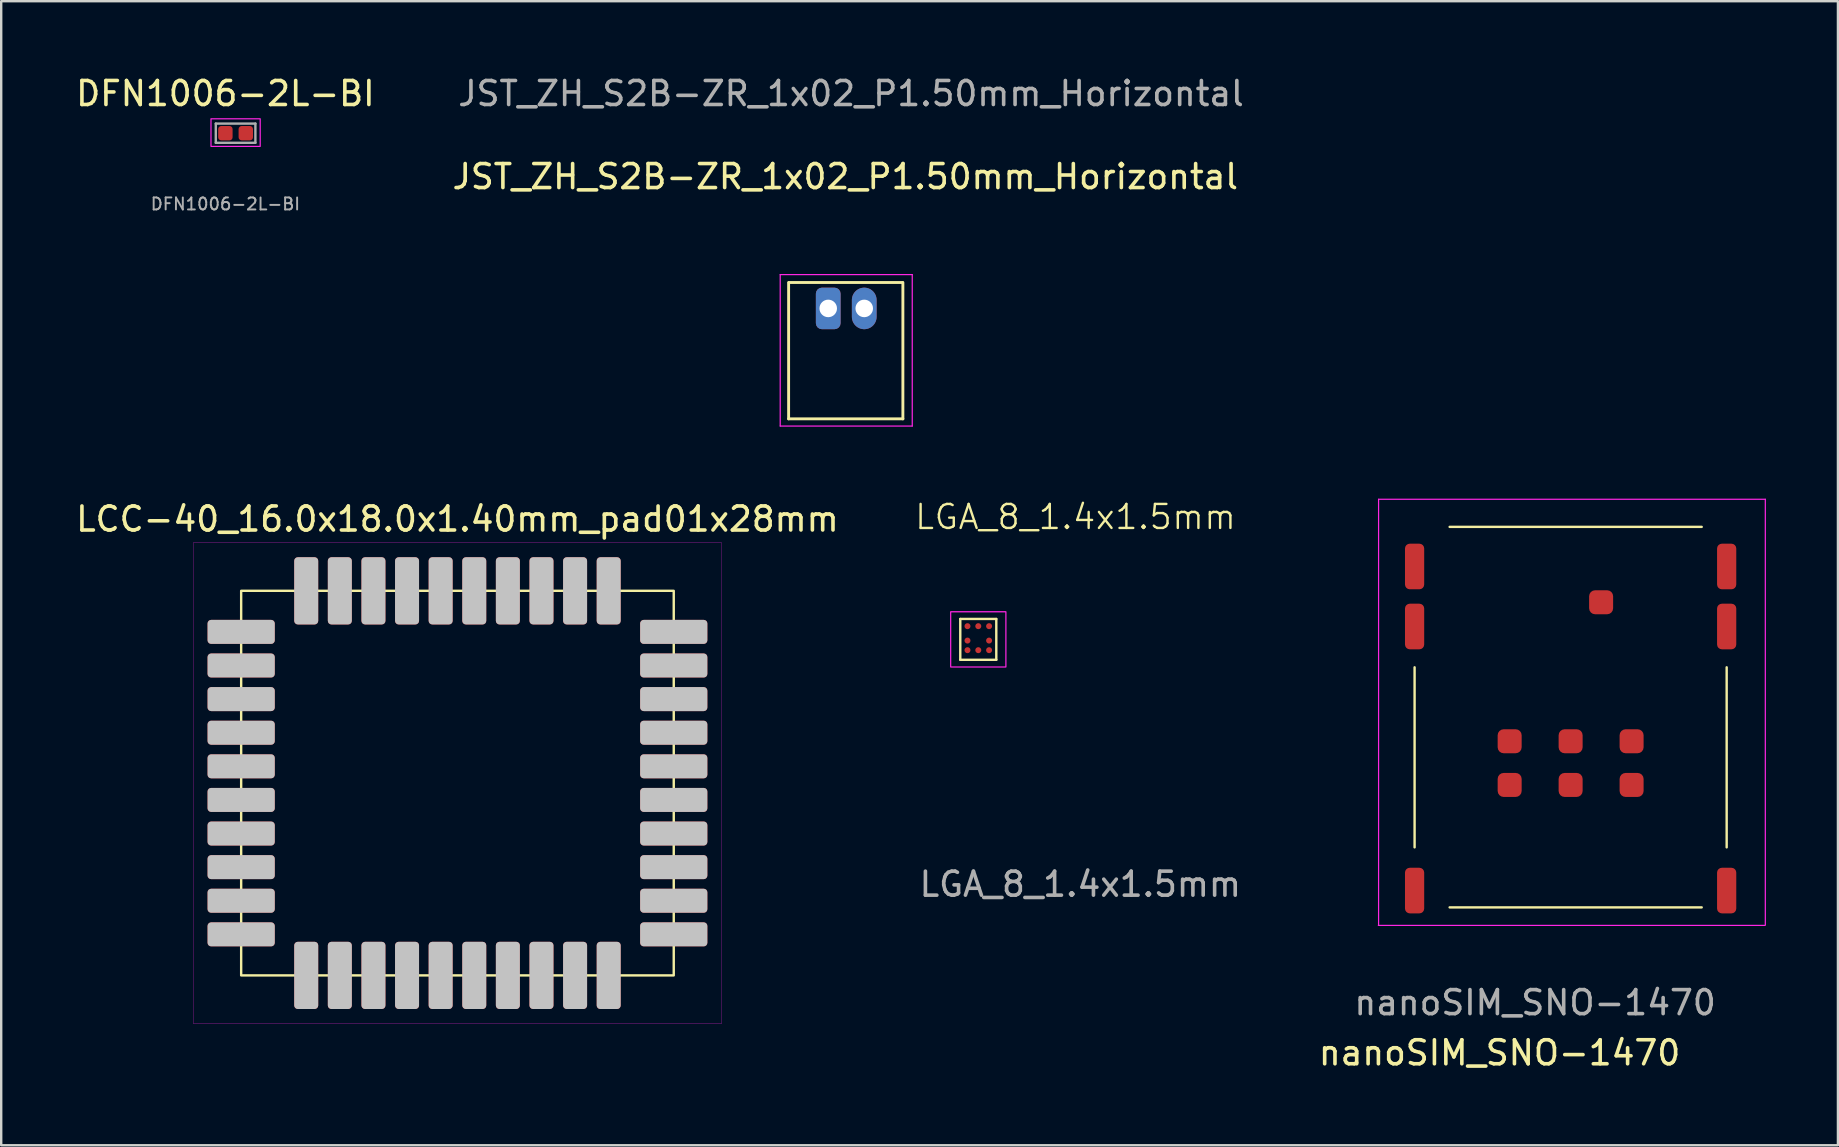
<source format=kicad_pcb>
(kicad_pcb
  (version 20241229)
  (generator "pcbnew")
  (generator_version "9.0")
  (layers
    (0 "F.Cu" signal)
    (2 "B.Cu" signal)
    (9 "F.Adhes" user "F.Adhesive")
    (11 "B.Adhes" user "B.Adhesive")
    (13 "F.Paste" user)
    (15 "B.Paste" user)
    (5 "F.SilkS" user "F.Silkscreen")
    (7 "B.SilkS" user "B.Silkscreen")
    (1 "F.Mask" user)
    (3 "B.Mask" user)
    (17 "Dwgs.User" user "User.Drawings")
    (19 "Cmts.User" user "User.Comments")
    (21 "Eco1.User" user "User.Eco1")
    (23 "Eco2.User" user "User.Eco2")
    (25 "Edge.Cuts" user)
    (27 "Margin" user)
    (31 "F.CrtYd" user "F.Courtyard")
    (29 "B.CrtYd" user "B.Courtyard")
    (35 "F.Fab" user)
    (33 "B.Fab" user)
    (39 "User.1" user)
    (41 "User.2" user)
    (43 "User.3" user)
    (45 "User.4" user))
  (footprint "LGA_8_1.4x1.5mm"
    (layer "F.Cu")
    (at 37.252 23.034)
    (property "Reference" "LGA_8_1.4x1.5mm" (at 4.5 -4.55 0) (unlocked yes) (layer "F.SilkS") (effects (font (size 1 1) (thickness 0.1))))
    (attr smd)
    (fp_line (start -0.3 -0.3) (end -0.3 1.4) (stroke (width 0.1) (type solid)) (layer "F.SilkS"))
    (fp_line (start 1.2 -0.3) (end -0.3 -0.3) (stroke (width 0.1) (type solid)) (layer "F.SilkS"))
    (fp_line (start 1.2 1.4) (end -0.3 1.4) (stroke (width 0.1) (type solid)) (layer "F.SilkS"))
    (fp_line (start 1.2 1.4) (end 1.2 -0.3) (stroke (width 0.1) (type solid)) (layer "F.SilkS"))
    (fp_rect (start -0.7 -0.6) (end 1.6 1.7) (stroke (width 0.05) (type default)) (fill no) (layer "F.CrtYd"))
    (fp_text user "${REFERENCE}" (at 4.7 10.75 0) (unlocked yes) (layer "F.Fab") (effects (font (size 1 1) (thickness 0.15))))
    (pad "1" smd circle (at 0 0) (size 0.25 0.25) (layers "F.Cu" "F.Mask" "F.Paste"))
    (pad "2" smd circle (at 0 0.6) (size 0.25 0.25) (layers "F.Cu" "F.Mask" "F.Paste"))
    (pad "3" smd circle (at 0 1) (size 0.25 0.25) (layers "F.Cu" "F.Mask" "F.Paste"))
    (pad "4" smd circle (at 0.45 1) (size 0.25 0.25) (layers "F.Cu" "F.Mask" "F.Paste"))
    (pad "5" smd circle (at 0.9 1) (size 0.25 0.25) (layers "F.Cu" "F.Mask" "F.Paste"))
    (pad "6" smd circle (at 0.9 0.6) (size 0.25 0.25) (layers "F.Cu" "F.Mask" "F.Paste"))
    (pad "7" smd circle (at 0.9 0) (size 0.25 0.25) (layers "F.Cu" "F.Mask" "F.Paste"))
    (pad "8" smd circle (at 0.45 0) (size 0.25 0.25) (layers "F.Cu" "F.Mask" "F.Paste")))
  (footprint "DFN1006-2L-BI"
    (layer "F.Cu")
    (at 6.339 2.498)
    (property "Reference" "DFN1006-2L-BI" (at 0 -1.65 0) (layer "F.SilkS") (effects (font (size 1 1) (thickness 0.15))))
    (attr smd)
    (fp_rect (start -0.6 -0.6) (end 1.45 0.55) (stroke (width 0.05) (type default)) (fill no) (layer "F.CrtYd"))
    (fp_line (start -0.4 -0.4) (end -0.4 0.4) (stroke (width 0.1) (type solid)) (layer "F.Fab"))
    (fp_line (start -0.4 0.4) (end 1.25 0.4) (stroke (width 0.1) (type solid)) (layer "F.Fab"))
    (fp_line (start 1.25 -0.4) (end -0.4 -0.4) (stroke (width 0.1) (type solid)) (layer "F.Fab"))
    (fp_line (start 1.25 0.4) (end 1.25 -0.4) (stroke (width 0.1) (type solid)) (layer "F.Fab"))
    (fp_text user "${REFERENCE}" (at 0 2.95 0) (layer "F.Fab") (effects (font (size 0.5 0.5) (thickness 0.08))))
    (pad "1" smd roundrect (at 0 0) (size 0.6 0.6) (layers "F.Cu" "F.Mask" "F.Paste") (roundrect_rratio 0.217))
    (pad "2" smd roundrect (at 0.85 0) (size 0.6 0.6) (layers "F.Cu" "F.Mask" "F.Paste") (roundrect_rratio 0.217)))
  (footprint "JST_ZH_S2B-ZR_1x02_P1.50mm_Horizontal"
    (layer "F.Cu")
    (at 31.451 9.798)
    (property "Reference" "JST_ZH_S2B-ZR_1x02_P1.50mm_Horizontal" (at 0.71 -5.49 0) (layer "F.SilkS") (effects (font (size 1 1) (thickness 0.15))))
    (attr through_hole)
    (fp_line (start -1.65 -1.08) (end -1.65 4.6) (stroke (width 0.12) (type solid)) (layer "F.SilkS"))
    (fp_line (start -1.65 4.6) (end 3.11 4.6) (stroke (width 0.12) (type solid)) (layer "F.SilkS"))
    (fp_line (start 3.09 -1.08) (end -1.63 -1.08) (stroke (width 0.12) (type solid)) (layer "F.SilkS"))
    (fp_line (start 3.11 4.6) (end 3.11 -1.08) (stroke (width 0.12) (type solid)) (layer "F.SilkS"))
    (fp_line (start -2 -1.41) (end -2 4.9) (stroke (width 0.05) (type solid)) (layer "F.CrtYd"))
    (fp_line (start -2 4.9) (end 3.5 4.9) (stroke (width 0.05) (type solid)) (layer "F.CrtYd"))
    (fp_line (start 3.5 -1.41) (end -2 -1.41) (stroke (width 0.05) (type solid)) (layer "F.CrtYd"))
    (fp_line (start 3.5 4.9) (end 3.5 -1.41) (stroke (width 0.05) (type solid)) (layer "F.CrtYd"))
    (fp_text user "${REFERENCE}" (at 0.95 -8.95 0) (layer "F.Fab") (effects (font (size 1 1) (thickness 0.15))))
    (pad "1" thru_hole roundrect (at 0 0) (size 1.03 1.73) (drill 0.73) (layers "*.Cu" "*.Mask") (roundrect_rratio 0.243))
    (pad "2" thru_hole oval (at 1.5 0) (size 1.03 1.73) (drill 0.73) (layers "*.Cu" "*.Mask")))
  (footprint "LCC-40_16.0x18.0x1.40mm_pad01x28mm"
    (layer "F.Cu")
    (at 16.006 29.572)
    (property "Reference" "LCC-40_16.0x18.0x1.40mm_pad01x28mm" (at 0 -11 0) (layer "F.SilkS") (effects (font (size 1 1) (thickness 0.15))))
    (attr smd)
    (fp_rect (start -9.01 -8.01) (end 9.01 8.01) (stroke (width 0.1) (type solid)) (fill no) (layer "F.SilkS"))
    (fp_rect (start -11.01 -10.01) (end 11.01 10.01) (stroke (width 0.01) (type solid)) (fill no) (layer "F.CrtYd"))
    (pad "1" smd roundrect (at -9.01 -6.3) (size 2.8 1) (layers "F.Cu" "F.Mask" "F.Paste" "Dwgs.User") (roundrect_rratio 0.15))
    (pad "2" smd roundrect (at -9.01 -4.9) (size 2.8 1) (layers "F.Cu" "F.Mask" "F.Paste" "Dwgs.User") (roundrect_rratio 0.15))
    (pad "3" smd roundrect (at -9.01 -3.5) (size 2.8 1) (layers "F.Cu" "F.Mask" "F.Paste" "Dwgs.User") (roundrect_rratio 0.15))
    (pad "4" smd roundrect (at -9.01 -2.1) (size 2.8 1) (layers "F.Cu" "F.Mask" "F.Paste" "Dwgs.User") (roundrect_rratio 0.15))
    (pad "5" smd roundrect (at -9.01 -0.7) (size 2.8 1) (layers "F.Cu" "F.Mask" "F.Paste" "Dwgs.User") (roundrect_rratio 0.15))
    (pad "6" smd roundrect (at -9.01 0.7) (size 2.8 1) (layers "F.Cu" "F.Mask" "F.Paste" "Dwgs.User") (roundrect_rratio 0.15))
    (pad "7" smd roundrect (at -9.01 2.1) (size 2.8 1) (layers "F.Cu" "F.Mask" "F.Paste" "Dwgs.User") (roundrect_rratio 0.15))
    (pad "8" smd roundrect (at -9.01 3.5) (size 2.8 1) (layers "F.Cu" "F.Mask" "F.Paste" "Dwgs.User") (roundrect_rratio 0.15))
    (pad "9" smd roundrect (at -9.01 4.9) (size 2.8 1) (layers "F.Cu" "F.Mask" "F.Paste" "Dwgs.User") (roundrect_rratio 0.15))
    (pad "10" smd roundrect (at -9.01 6.3) (size 2.8 1) (layers "F.Cu" "F.Mask" "F.Paste" "Dwgs.User") (roundrect_rratio 0.15))
    (pad "11" smd roundrect (at -6.3 8.01 90) (size 2.8 1) (layers "F.Cu" "F.Mask" "F.Paste" "Dwgs.User") (roundrect_rratio 0.15))
    (pad "12" smd roundrect (at -4.9 8.01 90) (size 2.8 1) (layers "F.Cu" "F.Mask" "F.Paste" "Dwgs.User") (roundrect_rratio 0.15))
    (pad "13" smd roundrect (at -3.5 8.01 90) (size 2.8 1) (layers "F.Cu" "F.Mask" "F.Paste" "Dwgs.User") (roundrect_rratio 0.15))
    (pad "14" smd roundrect (at -2.1 8.01 90) (size 2.8 1) (layers "F.Cu" "F.Mask" "F.Paste" "Dwgs.User") (roundrect_rratio 0.15))
    (pad "15" smd roundrect (at -0.7 8.01 90) (size 2.8 1) (layers "F.Cu" "F.Mask" "F.Paste" "Dwgs.User") (roundrect_rratio 0.15))
    (pad "16" smd roundrect (at 0.7 8.01 90) (size 2.8 1) (layers "F.Cu" "F.Mask" "F.Paste" "Dwgs.User") (roundrect_rratio 0.15))
    (pad "17" smd roundrect (at 2.1 8.01 90) (size 2.8 1) (layers "F.Cu" "F.Mask" "F.Paste" "Dwgs.User") (roundrect_rratio 0.15))
    (pad "18" smd roundrect (at 3.5 8.01 90) (size 2.8 1) (layers "F.Cu" "F.Mask" "F.Paste" "Dwgs.User") (roundrect_rratio 0.15))
    (pad "19" smd roundrect (at 4.9 8.01 90) (size 2.8 1) (layers "F.Cu" "F.Mask" "F.Paste" "Dwgs.User") (roundrect_rratio 0.15))
    (pad "20" smd roundrect (at 6.3 8.01 90) (size 2.8 1) (layers "F.Cu" "F.Mask" "F.Paste" "Dwgs.User") (roundrect_rratio 0.15))
    (pad "21" smd roundrect (at 9.01 6.3) (size 2.8 1) (layers "F.Cu" "F.Mask" "F.Paste" "Dwgs.User") (roundrect_rratio 0.15))
    (pad "22" smd roundrect (at 9.01 4.9) (size 2.8 1) (layers "F.Cu" "F.Mask" "F.Paste" "Dwgs.User") (roundrect_rratio 0.15))
    (pad "23" smd roundrect (at 9.01 3.5) (size 2.8 1) (layers "F.Cu" "F.Mask" "F.Paste" "Dwgs.User") (roundrect_rratio 0.15))
    (pad "24" smd roundrect (at 9.01 2.1) (size 2.8 1) (layers "F.Cu" "F.Mask" "F.Paste" "Dwgs.User") (roundrect_rratio 0.15))
    (pad "25" smd roundrect (at 9.01 0.7) (size 2.8 1) (layers "F.Cu" "F.Mask" "F.Paste" "Dwgs.User") (roundrect_rratio 0.15))
    (pad "26" smd roundrect (at 9.01 -0.7) (size 2.8 1) (layers "F.Cu" "F.Mask" "F.Paste" "Dwgs.User") (roundrect_rratio 0.15))
    (pad "27" smd roundrect (at 9.01 -2.1) (size 2.8 1) (layers "F.Cu" "F.Mask" "F.Paste" "Dwgs.User") (roundrect_rratio 0.15))
    (pad "28" smd roundrect (at 9.01 -3.5) (size 2.8 1) (layers "F.Cu" "F.Mask" "F.Paste" "Dwgs.User") (roundrect_rratio 0.15))
    (pad "29" smd roundrect (at 9.01 -4.9) (size 2.8 1) (layers "F.Cu" "F.Mask" "F.Paste" "Dwgs.User") (roundrect_rratio 0.15))
    (pad "30" smd roundrect (at 9.01 -6.3) (size 2.8 1) (layers "F.Cu" "F.Mask" "F.Paste" "Dwgs.User") (roundrect_rratio 0.15))
    (pad "31" smd roundrect (at 6.3 -8.01 90) (size 2.8 1) (layers "F.Cu" "F.Mask" "F.Paste" "Dwgs.User") (roundrect_rratio 0.15))
    (pad "32" smd roundrect (at 4.9 -8.01 90) (size 2.8 1) (layers "F.Cu" "F.Mask" "F.Paste" "Dwgs.User") (roundrect_rratio 0.15))
    (pad "33" smd roundrect (at 3.5 -8.01 90) (size 2.8 1) (layers "F.Cu" "F.Mask" "F.Paste" "Dwgs.User") (roundrect_rratio 0.15))
    (pad "34" smd roundrect (at 2.1 -8.01 90) (size 2.8 1) (layers "F.Cu" "F.Mask" "F.Paste" "Dwgs.User") (roundrect_rratio 0.15))
    (pad "35" smd roundrect (at 0.7 -8.01 90) (size 2.8 1) (layers "F.Cu" "F.Mask" "F.Paste" "Dwgs.User") (roundrect_rratio 0.15))
    (pad "36" smd roundrect (at -0.7 -8.01 90) (size 2.8 1) (layers "F.Cu" "F.Mask" "F.Paste" "Dwgs.User") (roundrect_rratio 0.15))
    (pad "37" smd roundrect (at -2.1 -8.01 90) (size 2.8 1) (layers "F.Cu" "F.Mask" "F.Paste" "Dwgs.User") (roundrect_rratio 0.15))
    (pad "38" smd roundrect (at -3.5 -8.01 90) (size 2.8 1) (layers "F.Cu" "F.Mask" "F.Paste" "Dwgs.User") (roundrect_rratio 0.15))
    (pad "39" smd roundrect (at -4.9 -8.01 90) (size 2.8 1) (layers "F.Cu" "F.Mask" "F.Paste" "Dwgs.User") (roundrect_rratio 0.15))
    (pad "40" smd roundrect (at -6.3 -8.01 90) (size 2.8 1) (layers "F.Cu" "F.Mask" "F.Paste" "Dwgs.User") (roundrect_rratio 0.15)))
  (footprint "nanoSIM_SNO-1470"
    (layer "F.Cu")
    (at 59.837 34.748)
    (property "Reference" "nanoSIM_SNO-1470" (at -0.42 6.06 0) (layer "F.SilkS") (effects (font (size 1 1) (thickness 0.15))))
    (attr smd)
    (fp_line (start -3.96 -2.5) (end -3.96 -10) (stroke (width 0.1) (type solid)) (layer "F.SilkS"))
    (fp_line (start -2.5 -15.85) (end 8 -15.85) (stroke (width 0.1) (type solid)) (layer "F.SilkS"))
    (fp_line (start -2.5 0) (end 8 0) (stroke (width 0.1) (type solid)) (layer "F.SilkS"))
    (fp_line (start 9.04 -2.5) (end 9.04 -10) (stroke (width 0.1) (type solid)) (layer "F.SilkS"))
    (fp_line (start -5.47 0.75) (end 10.64 0.75) (stroke (width 0.05) (type solid)) (layer "F.CrtYd"))
    (fp_line (start -5.46 -17) (end -5.46 0.75) (stroke (width 0.05) (type solid)) (layer "F.CrtYd"))
    (fp_line (start -5.46 -17) (end 10.65 -17) (stroke (width 0.05) (type solid)) (layer "F.CrtYd"))
    (fp_line (start 10.65 -17) (end 10.65 0.73) (stroke (width 0.05) (type solid)) (layer "F.CrtYd"))
    (fp_text user "${REFERENCE}" (at 1.06 3.97 0) (layer "F.Fab") (effects (font (size 1 1) (thickness 0.15))))
    (pad "1" smd roundrect (at 3.81 -12.71) (size 1 1) (layers "F.Cu" "F.Mask" "F.Paste") (roundrect_rratio 0.25))
    (pad "2" smd roundrect (at 9.04 -14.2) (size 0.8 1.9) (layers "F.Cu" "F.Mask" "F.Paste") (roundrect_rratio 0.25))
    (pad "3" smd roundrect (at 9.04 -11.7) (size 0.8 1.9) (layers "F.Cu" "F.Mask" "F.Paste") (roundrect_rratio 0.25))
    (pad "4" smd roundrect (at 9.04 -0.7) (size 0.8 1.9) (layers "F.Cu" "F.Mask" "F.Paste") (roundrect_rratio 0.25))
    (pad "5" smd roundrect (at -3.96 -14.2) (size 0.8 1.9) (layers "F.Cu" "F.Mask" "F.Paste") (roundrect_rratio 0.25))
    (pad "6" smd roundrect (at -3.96 -11.7) (size 0.8 1.9) (layers "F.Cu" "F.Mask" "F.Paste") (roundrect_rratio 0.25))
    (pad "7" smd roundrect (at -3.96 -0.7) (size 0.8 1.9) (layers "F.Cu" "F.Mask" "F.Paste") (roundrect_rratio 0.25))
    (pad "C1" smd roundrect (at 0 -6.92) (size 1 1) (layers "F.Cu" "F.Mask" "F.Paste") (roundrect_rratio 0.25))
    (pad "C2" smd roundrect (at 2.54 -6.92) (size 1 1) (layers "F.Cu" "F.Mask" "F.Paste") (roundrect_rratio 0.25))
    (pad "C3" smd roundrect (at 5.08 -6.92) (size 1 1) (layers "F.Cu" "F.Mask" "F.Paste") (roundrect_rratio 0.25))
    (pad "C5" smd roundrect (at 0 -5.1) (size 1 1) (layers "F.Cu" "F.Mask" "F.Paste") (roundrect_rratio 0.25))
    (pad "C6" smd roundrect (at 2.54 -5.1) (size 1 1) (layers "F.Cu" "F.Mask" "F.Paste") (roundrect_rratio 0.25))
    (pad "C7" smd roundrect (at 5.08 -5.1) (size 1 1) (layers "F.Cu" "F.Mask" "F.Paste") (roundrect_rratio 0.25))
    (zone (net_name "") (layers "F.Cu" "F.CrtYd") (hatch edge 0.5) (connect_pads) (min_thickness 0.25) (filled_areas_thickness no) (keepout (tracks not_allowed) (vias not_allowed) (pads not_allowed) (copperpour not_allowed) (footprints allowed)) (placement (enabled no)) (fill) (polygon (pts (xy 58.837 23.078) (xy 60.737 23.078) (xy 60.737 24.428) (xy 58.837 24.428))))
    (zone (net_name "") (layers "F.Cu" "F.CrtYd") (hatch edge 0.5) (connect_pads) (min_thickness 0.25) (filled_areas_thickness no) (keepout (tracks not_allowed) (vias not_allowed) (pads not_allowed) (copperpour not_allowed) (footprints allowed)) (placement (enabled no)) (fill) (polygon (pts (xy 58.927 30.618) (xy 60.787 30.618) (xy 60.787 31.968) (xy 58.927 31.968))))
    (zone (net_name "") (layers "F.Cu" "F.CrtYd") (hatch edge 0.5) (connect_pads) (min_thickness 0.25) (filled_areas_thickness no) (keepout (tracks not_allowed) (vias not_allowed) (pads not_allowed) (copperpour not_allowed) (footprints allowed)) (placement (enabled no)) (fill) (polygon (pts (xy 61.417 23.078) (xy 63.387 23.078) (xy 63.387 24.428) (xy 61.417 24.428))))
    (zone (net_name "") (layers "F.Cu" "F.CrtYd") (hatch edge 0.5) (connect_pads) (min_thickness 0.25) (filled_areas_thickness no) (keepout (tracks not_allowed) (vias not_allowed) (pads not_allowed) (copperpour not_allowed) (footprints allowed)) (placement (enabled no)) (fill) (polygon (pts (xy 61.467 30.598) (xy 63.277 30.598) (xy 63.277 31.948) (xy 61.467 31.948))))
    (zone (net_name "") (layers "F.Cu" "F.CrtYd") (hatch edge 0.5) (connect_pads) (min_thickness 0.25) (filled_areas_thickness no) (keepout (tracks not_allowed) (vias not_allowed) (pads not_allowed) (copperpour not_allowed) (footprints allowed)) (placement (enabled no)) (fill) (polygon (pts (xy 62.367 19.778) (xy 64.997 19.778) (xy 64.997 21.128) (xy 62.367 21.128))))
    (zone (net_name "") (layers "F.Cu" "F.CrtYd") (hatch edge 0.5) (connect_pads) (min_thickness 0.25) (filled_areas_thickness no) (keepout (tracks not_allowed) (vias not_allowed) (pads not_allowed) (copperpour not_allowed) (footprints allowed)) (placement (enabled no)) (fill) (polygon (pts (xy 63.977 23.038) (xy 65.837 23.038) (xy 65.837 24.388) (xy 63.977 24.388))))
    (zone (net_name "") (layers "F.Cu" "F.CrtYd") (hatch edge 0.5) (connect_pads) (min_thickness 0.25) (filled_areas_thickness no) (keepout (tracks not_allowed) (vias not_allowed) (pads not_allowed) (copperpour not_allowed) (footprints allowed)) (placement (enabled no)) (fill) (polygon (pts (xy 64.017 30.558) (xy 65.767 30.558) (xy 65.767 31.908) (xy 64.017 31.908)))))
  (gr_rect
    (start -3 -3)
    (end 73.512 44.657)
    (stroke (width 0.1) (type default))
    (fill no)
    (layer "Edge.Cuts")))
</source>
